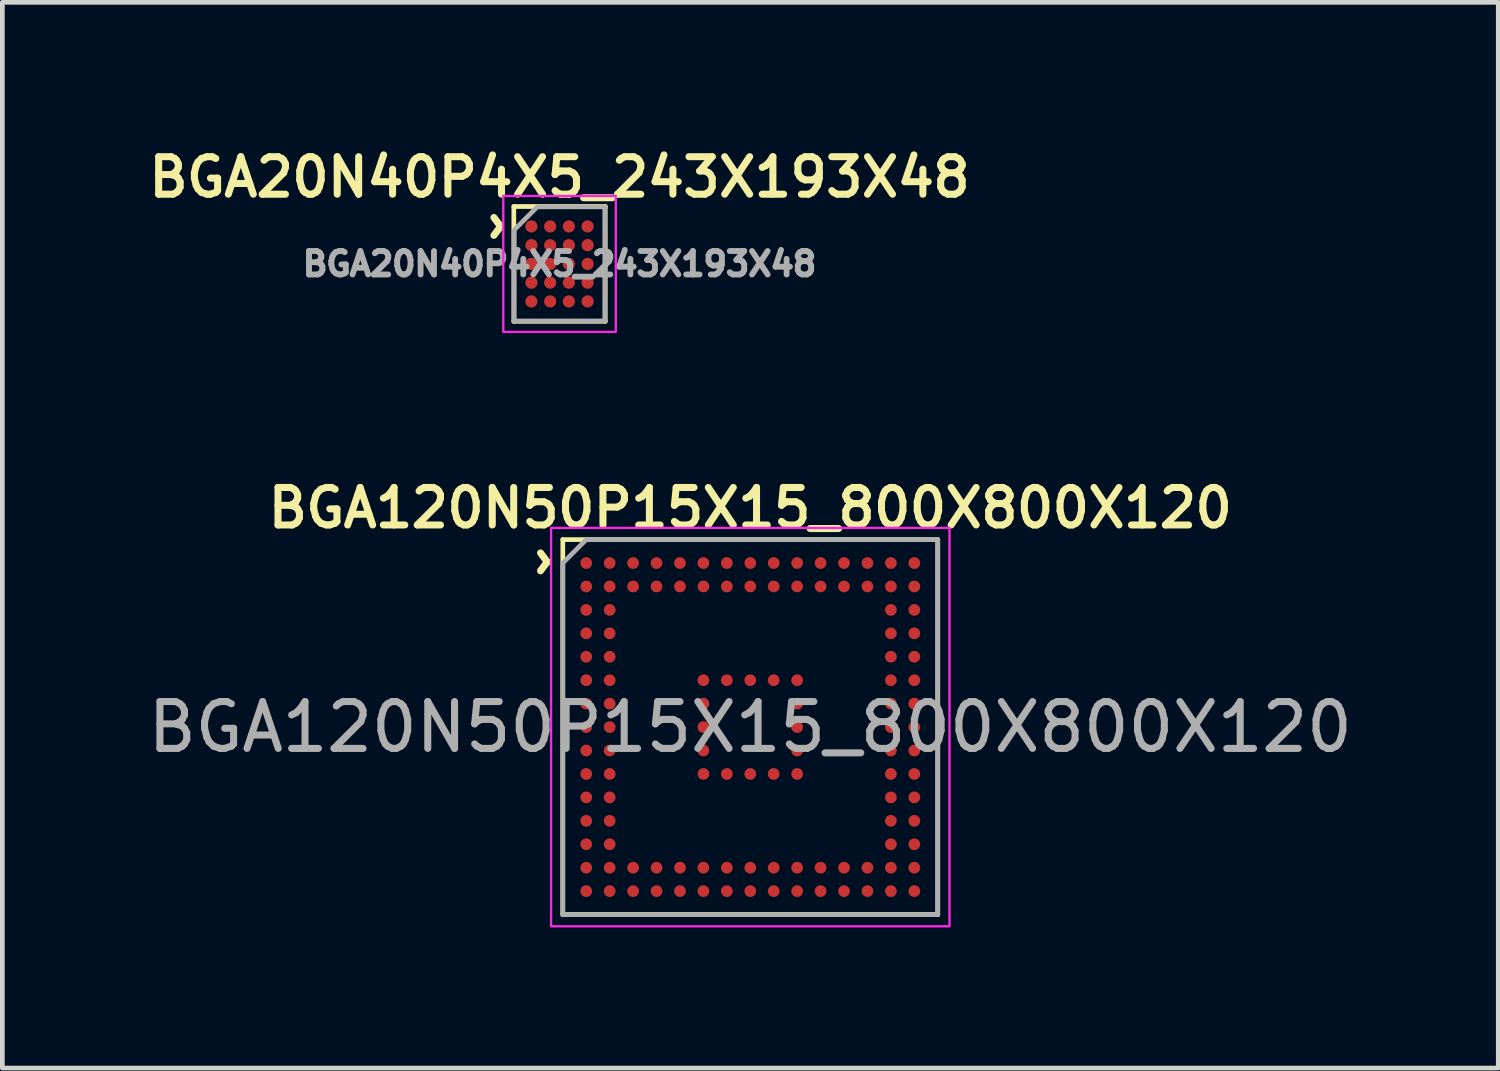
<source format=kicad_pcb>
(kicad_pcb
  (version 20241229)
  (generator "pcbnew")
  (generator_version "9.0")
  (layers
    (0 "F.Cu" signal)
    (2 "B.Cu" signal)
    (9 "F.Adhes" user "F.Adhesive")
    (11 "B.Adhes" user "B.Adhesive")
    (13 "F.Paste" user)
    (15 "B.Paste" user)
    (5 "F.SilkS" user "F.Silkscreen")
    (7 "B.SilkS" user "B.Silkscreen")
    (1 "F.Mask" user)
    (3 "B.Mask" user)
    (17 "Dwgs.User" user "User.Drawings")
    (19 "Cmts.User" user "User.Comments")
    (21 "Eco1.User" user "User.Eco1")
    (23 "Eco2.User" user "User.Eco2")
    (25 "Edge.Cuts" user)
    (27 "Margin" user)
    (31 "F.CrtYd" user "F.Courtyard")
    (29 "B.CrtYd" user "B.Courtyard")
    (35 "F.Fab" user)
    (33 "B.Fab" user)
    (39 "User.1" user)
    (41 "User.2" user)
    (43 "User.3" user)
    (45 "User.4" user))
  (footprint "BGA20N40P4X5_243X193X48"
    (layer "F.Cu")
    (at 8.888 2.581)
    (property "Reference" "BGA20N40P4X5_243X193X48" (at 0 -1.85 0) (layer "F.SilkS") (effects (font (size 0.8 0.8) (thickness 0.15))))
    (attr smd)
    (fp_line (start -0.975 -1.225) (end -0.975 1.225) (stroke (width 0.1) (type default)) (layer "F.SilkS"))
    (fp_line (start -0.975 -1.225) (end 0.975 -1.225) (stroke (width 0.1) (type default)) (layer "F.SilkS"))
    (fp_line (start -0.975 1.225) (end 0.975 1.225) (stroke (width 0.1) (type default)) (layer "F.SilkS"))
    (fp_line (start 0.975 -1.225) (end 0.975 1.225) (stroke (width 0.1) (type default)) (layer "F.SilkS"))
    (fp_poly (pts (xy -1.2 1.45) (xy 1.2 1.45) (xy 1.2 -1.45) (xy -1.2 -1.45)) (stroke (width 0.05) (type solid)) (fill no) (layer "F.CrtYd"))
    (fp_poly (pts (xy -0.475 -1.217) (xy 0.967 -1.217) (xy 0.967 1.217) (xy -0.967 1.217) (xy -0.967 -0.725)) (stroke (width 0.1) (type solid)) (fill no) (layer "F.Fab"))
    (fp_text user "^" (at -1.85 -0.8 270) (unlocked yes) (layer "F.SilkS") (effects (font (size 1 1) (thickness 0.15))))
    (fp_text user "${REFERENCE}" (at 0 0 0) (layer "F.Fab") (effects (font (size 0.5 0.5) (thickness 0.125))))
    (pad "A1" smd circle (at -0.6 -0.8) (size 0.26 0.26) (property pad_prop_bga) (layers "F.Cu" "F.Mask" "F.Paste"))
    (pad "A2" smd circle (at -0.2 -0.8) (size 0.26 0.26) (property pad_prop_bga) (layers "F.Cu" "F.Mask" "F.Paste"))
    (pad "A3" smd circle (at 0.2 -0.8) (size 0.26 0.26) (property pad_prop_bga) (layers "F.Cu" "F.Mask" "F.Paste"))
    (pad "A4" smd circle (at 0.6 -0.8) (size 0.26 0.26) (property pad_prop_bga) (layers "F.Cu" "F.Mask" "F.Paste"))
    (pad "B1" smd circle (at -0.6 -0.4) (size 0.26 0.26) (property pad_prop_bga) (layers "F.Cu" "F.Mask" "F.Paste"))
    (pad "B2" smd circle (at -0.2 -0.4) (size 0.26 0.26) (property pad_prop_bga) (layers "F.Cu" "F.Mask" "F.Paste"))
    (pad "B3" smd circle (at 0.2 -0.4) (size 0.26 0.26) (property pad_prop_bga) (layers "F.Cu" "F.Mask" "F.Paste"))
    (pad "B4" smd circle (at 0.6 -0.4) (size 0.26 0.26) (property pad_prop_bga) (layers "F.Cu" "F.Mask" "F.Paste"))
    (pad "C1" smd circle (at -0.6 0) (size 0.26 0.26) (property pad_prop_bga) (layers "F.Cu" "F.Mask" "F.Paste"))
    (pad "C2" smd circle (at -0.2 0) (size 0.26 0.26) (property pad_prop_bga) (layers "F.Cu" "F.Mask" "F.Paste"))
    (pad "C3" smd circle (at 0.2 0) (size 0.26 0.26) (property pad_prop_bga) (layers "F.Cu" "F.Mask" "F.Paste"))
    (pad "C4" smd circle (at 0.6 0) (size 0.26 0.26) (property pad_prop_bga) (layers "F.Cu" "F.Mask" "F.Paste"))
    (pad "D1" smd circle (at -0.6 0.4) (size 0.26 0.26) (property pad_prop_bga) (layers "F.Cu" "F.Mask" "F.Paste"))
    (pad "D2" smd circle (at -0.2 0.4) (size 0.26 0.26) (property pad_prop_bga) (layers "F.Cu" "F.Mask" "F.Paste"))
    (pad "D3" smd circle (at 0.2 0.4) (size 0.26 0.26) (property pad_prop_bga) (layers "F.Cu" "F.Mask" "F.Paste"))
    (pad "D4" smd circle (at 0.6 0.4) (size 0.26 0.26) (property pad_prop_bga) (layers "F.Cu" "F.Mask" "F.Paste"))
    (pad "E1" smd circle (at -0.6 0.8) (size 0.26 0.26) (property pad_prop_bga) (layers "F.Cu" "F.Mask" "F.Paste"))
    (pad "E2" smd circle (at -0.2 0.8) (size 0.26 0.26) (property pad_prop_bga) (layers "F.Cu" "F.Mask" "F.Paste"))
    (pad "E3" smd circle (at 0.2 0.8) (size 0.26 0.26) (property pad_prop_bga) (layers "F.Cu" "F.Mask" "F.Paste"))
    (pad "E4" smd circle (at 0.6 0.8) (size 0.26 0.26) (property pad_prop_bga) (layers "F.Cu" "F.Mask" "F.Paste")))
  (footprint "BGA120N50P15X15_800X800X120"
    (layer "F.Cu")
    (at 12.958 12.463)
    (property "Reference" "BGA120N50P15X15_800X800X120" (at 0 -4.675 0) (layer "F.SilkS") (effects (font (size 0.8 0.8) (thickness 0.15))))
    (attr smd)
    (fp_line (start -4 -4) (end 4 -4) (stroke (width 0.1) (type solid)) (layer "F.SilkS"))
    (fp_line (start -4 4) (end -4 -4) (stroke (width 0.1) (type solid)) (layer "F.SilkS"))
    (fp_line (start 4 -4) (end 4 4) (stroke (width 0.1) (type solid)) (layer "F.SilkS"))
    (fp_line (start 4 4) (end -4 4) (stroke (width 0.1) (type solid)) (layer "F.SilkS"))
    (fp_poly (pts (xy 4.25 -4.25) (xy -4.25 -4.25) (xy -4.25 4.25) (xy 4.25 4.25)) (stroke (width 0.05) (type solid)) (fill no) (layer "F.CrtYd"))
    (fp_poly (pts (xy 4 4) (xy 4 -4) (xy -3.5 -4) (xy -4 -3.5) (xy -4 4)) (stroke (width 0.1) (type solid)) (fill no) (layer "F.Fab"))
    (fp_text user "^" (at -4.925 -3.525 270) (unlocked yes) (layer "F.SilkS") (effects (font (size 1 1) (thickness 0.15))))
    (fp_text user "${REFERENCE}" (at 0 0 0) (layer "F.Fab") (effects (font (size 1 1) (thickness 0.15))))
    (pad "A1" smd circle (at -3.5 -3.5) (size 0.25 0.25) (property pad_prop_bga) (layers "F.Cu" "F.Mask" "F.Paste"))
    (pad "A2" smd circle (at -3 -3.5) (size 0.25 0.25) (property pad_prop_bga) (layers "F.Cu" "F.Mask" "F.Paste"))
    (pad "A3" smd circle (at -2.5 -3.5) (size 0.25 0.25) (property pad_prop_bga) (layers "F.Cu" "F.Mask" "F.Paste"))
    (pad "A4" smd circle (at -2 -3.5) (size 0.25 0.25) (property pad_prop_bga) (layers "F.Cu" "F.Mask" "F.Paste"))
    (pad "A5" smd circle (at -1.5 -3.5) (size 0.25 0.25) (property pad_prop_bga) (layers "F.Cu" "F.Mask" "F.Paste"))
    (pad "A6" smd circle (at -1 -3.5) (size 0.25 0.25) (property pad_prop_bga) (layers "F.Cu" "F.Mask" "F.Paste"))
    (pad "A7" smd circle (at -0.5 -3.5) (size 0.25 0.25) (property pad_prop_bga) (layers "F.Cu" "F.Mask" "F.Paste"))
    (pad "A8" smd circle (at 0 -3.5) (size 0.25 0.25) (property pad_prop_bga) (layers "F.Cu" "F.Mask" "F.Paste"))
    (pad "A9" smd circle (at 0.5 -3.5) (size 0.25 0.25) (property pad_prop_bga) (layers "F.Cu" "F.Mask" "F.Paste"))
    (pad "A10" smd circle (at 1 -3.5) (size 0.25 0.25) (property pad_prop_bga) (layers "F.Cu" "F.Mask" "F.Paste"))
    (pad "A11" smd circle (at 1.5 -3.5) (size 0.25 0.25) (property pad_prop_bga) (layers "F.Cu" "F.Mask" "F.Paste"))
    (pad "A12" smd circle (at 2 -3.5) (size 0.25 0.25) (property pad_prop_bga) (layers "F.Cu" "F.Mask" "F.Paste"))
    (pad "A13" smd circle (at 2.5 -3.5) (size 0.25 0.25) (property pad_prop_bga) (layers "F.Cu" "F.Mask" "F.Paste"))
    (pad "A14" smd circle (at 3 -3.5) (size 0.25 0.25) (property pad_prop_bga) (layers "F.Cu" "F.Mask" "F.Paste"))
    (pad "A15" smd circle (at 3.5 -3.5) (size 0.25 0.25) (property pad_prop_bga) (layers "F.Cu" "F.Mask" "F.Paste"))
    (pad "B1" smd circle (at -3.5 -3) (size 0.25 0.25) (property pad_prop_bga) (layers "F.Cu" "F.Mask" "F.Paste"))
    (pad "B2" smd circle (at -3 -3) (size 0.25 0.25) (property pad_prop_bga) (layers "F.Cu" "F.Mask" "F.Paste"))
    (pad "B3" smd circle (at -2.5 -3) (size 0.25 0.25) (property pad_prop_bga) (layers "F.Cu" "F.Mask" "F.Paste"))
    (pad "B4" smd circle (at -2 -3) (size 0.25 0.25) (property pad_prop_bga) (layers "F.Cu" "F.Mask" "F.Paste"))
    (pad "B5" smd circle (at -1.5 -3) (size 0.25 0.25) (property pad_prop_bga) (layers "F.Cu" "F.Mask" "F.Paste"))
    (pad "B6" smd circle (at -1 -3) (size 0.25 0.25) (property pad_prop_bga) (layers "F.Cu" "F.Mask" "F.Paste"))
    (pad "B7" smd circle (at -0.5 -3) (size 0.25 0.25) (property pad_prop_bga) (layers "F.Cu" "F.Mask" "F.Paste"))
    (pad "B8" smd circle (at 0 -3) (size 0.25 0.25) (property pad_prop_bga) (layers "F.Cu" "F.Mask" "F.Paste"))
    (pad "B9" smd circle (at 0.5 -3) (size 0.25 0.25) (property pad_prop_bga) (layers "F.Cu" "F.Mask" "F.Paste"))
    (pad "B10" smd circle (at 1 -3) (size 0.25 0.25) (property pad_prop_bga) (layers "F.Cu" "F.Mask" "F.Paste"))
    (pad "B11" smd circle (at 1.5 -3) (size 0.25 0.25) (property pad_prop_bga) (layers "F.Cu" "F.Mask" "F.Paste"))
    (pad "B12" smd circle (at 2 -3) (size 0.25 0.25) (property pad_prop_bga) (layers "F.Cu" "F.Mask" "F.Paste"))
    (pad "B13" smd circle (at 2.5 -3) (size 0.25 0.25) (property pad_prop_bga) (layers "F.Cu" "F.Mask" "F.Paste"))
    (pad "B14" smd circle (at 3 -3) (size 0.25 0.25) (property pad_prop_bga) (layers "F.Cu" "F.Mask" "F.Paste"))
    (pad "B15" smd circle (at 3.5 -3) (size 0.25 0.25) (property pad_prop_bga) (layers "F.Cu" "F.Mask" "F.Paste"))
    (pad "C1" smd circle (at -3.5 -2.5) (size 0.25 0.25) (property pad_prop_bga) (layers "F.Cu" "F.Mask" "F.Paste"))
    (pad "C2" smd circle (at -3 -2.5) (size 0.25 0.25) (property pad_prop_bga) (layers "F.Cu" "F.Mask" "F.Paste"))
    (pad "C14" smd circle (at 3 -2.5) (size 0.25 0.25) (property pad_prop_bga) (layers "F.Cu" "F.Mask" "F.Paste"))
    (pad "C15" smd circle (at 3.5 -2.5) (size 0.25 0.25) (property pad_prop_bga) (layers "F.Cu" "F.Mask" "F.Paste"))
    (pad "D1" smd circle (at -3.5 -2) (size 0.25 0.25) (property pad_prop_bga) (layers "F.Cu" "F.Mask" "F.Paste"))
    (pad "D2" smd circle (at -3 -2) (size 0.25 0.25) (property pad_prop_bga) (layers "F.Cu" "F.Mask" "F.Paste"))
    (pad "D14" smd circle (at 3 -2) (size 0.25 0.25) (property pad_prop_bga) (layers "F.Cu" "F.Mask" "F.Paste"))
    (pad "D15" smd circle (at 3.5 -2) (size 0.25 0.25) (property pad_prop_bga) (layers "F.Cu" "F.Mask" "F.Paste"))
    (pad "E1" smd circle (at -3.5 -1.5) (size 0.25 0.25) (property pad_prop_bga) (layers "F.Cu" "F.Mask" "F.Paste"))
    (pad "E2" smd circle (at -3 -1.5) (size 0.25 0.25) (property pad_prop_bga) (layers "F.Cu" "F.Mask" "F.Paste"))
    (pad "E14" smd circle (at 3 -1.5) (size 0.25 0.25) (property pad_prop_bga) (layers "F.Cu" "F.Mask" "F.Paste"))
    (pad "E15" smd circle (at 3.5 -1.5) (size 0.25 0.25) (property pad_prop_bga) (layers "F.Cu" "F.Mask" "F.Paste"))
    (pad "F1" smd circle (at -3.5 -1) (size 0.25 0.25) (property pad_prop_bga) (layers "F.Cu" "F.Mask" "F.Paste"))
    (pad "F2" smd circle (at -3 -1) (size 0.25 0.25) (property pad_prop_bga) (layers "F.Cu" "F.Mask" "F.Paste"))
    (pad "F6" smd circle (at -1 -1) (size 0.25 0.25) (property pad_prop_bga) (layers "F.Cu" "F.Mask" "F.Paste"))
    (pad "F7" smd circle (at -0.5 -1) (size 0.25 0.25) (property pad_prop_bga) (layers "F.Cu" "F.Mask" "F.Paste"))
    (pad "F8" smd circle (at 0 -1) (size 0.25 0.25) (property pad_prop_bga) (layers "F.Cu" "F.Mask" "F.Paste"))
    (pad "F9" smd circle (at 0.5 -1) (size 0.25 0.25) (property pad_prop_bga) (layers "F.Cu" "F.Mask" "F.Paste"))
    (pad "F10" smd circle (at 1 -1) (size 0.25 0.25) (property pad_prop_bga) (layers "F.Cu" "F.Mask" "F.Paste"))
    (pad "F14" smd circle (at 3 -1) (size 0.25 0.25) (property pad_prop_bga) (layers "F.Cu" "F.Mask" "F.Paste"))
    (pad "F15" smd circle (at 3.5 -1) (size 0.25 0.25) (property pad_prop_bga) (layers "F.Cu" "F.Mask" "F.Paste"))
    (pad "G1" smd circle (at -3.5 -0.5) (size 0.25 0.25) (property pad_prop_bga) (layers "F.Cu" "F.Mask" "F.Paste"))
    (pad "G2" smd circle (at -3 -0.5) (size 0.25 0.25) (property pad_prop_bga) (layers "F.Cu" "F.Mask" "F.Paste"))
    (pad "G6" smd circle (at -1 -0.5) (size 0.25 0.25) (property pad_prop_bga) (layers "F.Cu" "F.Mask" "F.Paste"))
    (pad "G10" smd circle (at 1 -0.5) (size 0.25 0.25) (property pad_prop_bga) (layers "F.Cu" "F.Mask" "F.Paste"))
    (pad "G14" smd circle (at 3 -0.5) (size 0.25 0.25) (property pad_prop_bga) (layers "F.Cu" "F.Mask" "F.Paste"))
    (pad "G15" smd circle (at 3.5 -0.5) (size 0.25 0.25) (property pad_prop_bga) (layers "F.Cu" "F.Mask" "F.Paste"))
    (pad "H1" smd circle (at -3.5 0) (size 0.25 0.25) (property pad_prop_bga) (layers "F.Cu" "F.Mask" "F.Paste"))
    (pad "H2" smd circle (at -3 0) (size 0.25 0.25) (property pad_prop_bga) (layers "F.Cu" "F.Mask" "F.Paste"))
    (pad "H6" smd circle (at -1 0) (size 0.25 0.25) (property pad_prop_bga) (layers "F.Cu" "F.Mask" "F.Paste"))
    (pad "H10" smd circle (at 1 0) (size 0.25 0.25) (property pad_prop_bga) (layers "F.Cu" "F.Mask" "F.Paste"))
    (pad "H14" smd circle (at 3 0) (size 0.25 0.25) (property pad_prop_bga) (layers "F.Cu" "F.Mask" "F.Paste"))
    (pad "H15" smd circle (at 3.5 0) (size 0.25 0.25) (property pad_prop_bga) (layers "F.Cu" "F.Mask" "F.Paste"))
    (pad "J1" smd circle (at -3.5 0.5) (size 0.25 0.25) (property pad_prop_bga) (layers "F.Cu" "F.Mask" "F.Paste"))
    (pad "J2" smd circle (at -3 0.5) (size 0.25 0.25) (property pad_prop_bga) (layers "F.Cu" "F.Mask" "F.Paste"))
    (pad "J6" smd circle (at -1 0.5) (size 0.25 0.25) (property pad_prop_bga) (layers "F.Cu" "F.Mask" "F.Paste"))
    (pad "J10" smd circle (at 1 0.5) (size 0.25 0.25) (property pad_prop_bga) (layers "F.Cu" "F.Mask" "F.Paste"))
    (pad "J14" smd circle (at 3 0.5) (size 0.25 0.25) (property pad_prop_bga) (layers "F.Cu" "F.Mask" "F.Paste"))
    (pad "J15" smd circle (at 3.5 0.5) (size 0.25 0.25) (property pad_prop_bga) (layers "F.Cu" "F.Mask" "F.Paste"))
    (pad "K1" smd circle (at -3.5 1) (size 0.25 0.25) (property pad_prop_bga) (layers "F.Cu" "F.Mask" "F.Paste"))
    (pad "K2" smd circle (at -3 1) (size 0.25 0.25) (property pad_prop_bga) (layers "F.Cu" "F.Mask" "F.Paste"))
    (pad "K6" smd circle (at -1 1) (size 0.25 0.25) (property pad_prop_bga) (layers "F.Cu" "F.Mask" "F.Paste"))
    (pad "K7" smd circle (at -0.5 1) (size 0.25 0.25) (property pad_prop_bga) (layers "F.Cu" "F.Mask" "F.Paste"))
    (pad "K8" smd circle (at 0 1) (size 0.25 0.25) (property pad_prop_bga) (layers "F.Cu" "F.Mask" "F.Paste"))
    (pad "K9" smd circle (at 0.5 1) (size 0.25 0.25) (property pad_prop_bga) (layers "F.Cu" "F.Mask" "F.Paste"))
    (pad "K10" smd circle (at 1 1) (size 0.25 0.25) (property pad_prop_bga) (layers "F.Cu" "F.Mask" "F.Paste"))
    (pad "K14" smd circle (at 3 1) (size 0.25 0.25) (property pad_prop_bga) (layers "F.Cu" "F.Mask" "F.Paste"))
    (pad "K15" smd circle (at 3.5 1) (size 0.25 0.25) (property pad_prop_bga) (layers "F.Cu" "F.Mask" "F.Paste"))
    (pad "L1" smd circle (at -3.5 1.5) (size 0.25 0.25) (property pad_prop_bga) (layers "F.Cu" "F.Mask" "F.Paste"))
    (pad "L2" smd circle (at -3 1.5) (size 0.25 0.25) (property pad_prop_bga) (layers "F.Cu" "F.Mask" "F.Paste"))
    (pad "L14" smd circle (at 3 1.5) (size 0.25 0.25) (property pad_prop_bga) (layers "F.Cu" "F.Mask" "F.Paste"))
    (pad "L15" smd circle (at 3.5 1.5) (size 0.25 0.25) (property pad_prop_bga) (layers "F.Cu" "F.Mask" "F.Paste"))
    (pad "M1" smd circle (at -3.5 2) (size 0.25 0.25) (property pad_prop_bga) (layers "F.Cu" "F.Mask" "F.Paste"))
    (pad "M2" smd circle (at -3 2) (size 0.25 0.25) (property pad_prop_bga) (layers "F.Cu" "F.Mask" "F.Paste"))
    (pad "M14" smd circle (at 3 2) (size 0.25 0.25) (property pad_prop_bga) (layers "F.Cu" "F.Mask" "F.Paste"))
    (pad "M15" smd circle (at 3.5 2) (size 0.25 0.25) (property pad_prop_bga) (layers "F.Cu" "F.Mask" "F.Paste"))
    (pad "N1" smd circle (at -3.5 2.5) (size 0.25 0.25) (property pad_prop_bga) (layers "F.Cu" "F.Mask" "F.Paste"))
    (pad "N2" smd circle (at -3 2.5) (size 0.25 0.25) (property pad_prop_bga) (layers "F.Cu" "F.Mask" "F.Paste"))
    (pad "N14" smd circle (at 3 2.5) (size 0.25 0.25) (property pad_prop_bga) (layers "F.Cu" "F.Mask" "F.Paste"))
    (pad "N15" smd circle (at 3.5 2.5) (size 0.25 0.25) (property pad_prop_bga) (layers "F.Cu" "F.Mask" "F.Paste"))
    (pad "P1" smd circle (at -3.5 3) (size 0.25 0.25) (property pad_prop_bga) (layers "F.Cu" "F.Mask" "F.Paste"))
    (pad "P2" smd circle (at -3 3) (size 0.25 0.25) (property pad_prop_bga) (layers "F.Cu" "F.Mask" "F.Paste"))
    (pad "P3" smd circle (at -2.5 3) (size 0.25 0.25) (property pad_prop_bga) (layers "F.Cu" "F.Mask" "F.Paste"))
    (pad "P4" smd circle (at -2 3) (size 0.25 0.25) (property pad_prop_bga) (layers "F.Cu" "F.Mask" "F.Paste"))
    (pad "P5" smd circle (at -1.5 3) (size 0.25 0.25) (property pad_prop_bga) (layers "F.Cu" "F.Mask" "F.Paste"))
    (pad "P6" smd circle (at -1 3) (size 0.25 0.25) (property pad_prop_bga) (layers "F.Cu" "F.Mask" "F.Paste"))
    (pad "P7" smd circle (at -0.5 3) (size 0.25 0.25) (property pad_prop_bga) (layers "F.Cu" "F.Mask" "F.Paste"))
    (pad "P8" smd circle (at 0 3) (size 0.25 0.25) (property pad_prop_bga) (layers "F.Cu" "F.Mask" "F.Paste"))
    (pad "P9" smd circle (at 0.5 3) (size 0.25 0.25) (property pad_prop_bga) (layers "F.Cu" "F.Mask" "F.Paste"))
    (pad "P10" smd circle (at 1 3) (size 0.25 0.25) (property pad_prop_bga) (layers "F.Cu" "F.Mask" "F.Paste"))
    (pad "P11" smd circle (at 1.5 3) (size 0.25 0.25) (property pad_prop_bga) (layers "F.Cu" "F.Mask" "F.Paste"))
    (pad "P12" smd circle (at 2 3) (size 0.25 0.25) (property pad_prop_bga) (layers "F.Cu" "F.Mask" "F.Paste"))
    (pad "P13" smd circle (at 2.5 3) (size 0.25 0.25) (property pad_prop_bga) (layers "F.Cu" "F.Mask" "F.Paste"))
    (pad "P14" smd circle (at 3 3) (size 0.25 0.25) (property pad_prop_bga) (layers "F.Cu" "F.Mask" "F.Paste"))
    (pad "P15" smd circle (at 3.5 3) (size 0.25 0.25) (property pad_prop_bga) (layers "F.Cu" "F.Mask" "F.Paste"))
    (pad "R1" smd circle (at -3.5 3.5) (size 0.25 0.25) (property pad_prop_bga) (layers "F.Cu" "F.Mask" "F.Paste"))
    (pad "R2" smd circle (at -3 3.5) (size 0.25 0.25) (property pad_prop_bga) (layers "F.Cu" "F.Mask" "F.Paste"))
    (pad "R3" smd circle (at -2.5 3.5) (size 0.25 0.25) (property pad_prop_bga) (layers "F.Cu" "F.Mask" "F.Paste"))
    (pad "R4" smd circle (at -2 3.5) (size 0.25 0.25) (property pad_prop_bga) (layers "F.Cu" "F.Mask" "F.Paste"))
    (pad "R5" smd circle (at -1.5 3.5) (size 0.25 0.25) (property pad_prop_bga) (layers "F.Cu" "F.Mask" "F.Paste"))
    (pad "R6" smd circle (at -1 3.5) (size 0.25 0.25) (property pad_prop_bga) (layers "F.Cu" "F.Mask" "F.Paste"))
    (pad "R7" smd circle (at -0.5 3.5) (size 0.25 0.25) (property pad_prop_bga) (layers "F.Cu" "F.Mask" "F.Paste"))
    (pad "R8" smd circle (at 0 3.5) (size 0.25 0.25) (property pad_prop_bga) (layers "F.Cu" "F.Mask" "F.Paste"))
    (pad "R9" smd circle (at 0.5 3.5) (size 0.25 0.25) (property pad_prop_bga) (layers "F.Cu" "F.Mask" "F.Paste"))
    (pad "R10" smd circle (at 1 3.5) (size 0.25 0.25) (property pad_prop_bga) (layers "F.Cu" "F.Mask" "F.Paste"))
    (pad "R11" smd circle (at 1.5 3.5) (size 0.25 0.25) (property pad_prop_bga) (layers "F.Cu" "F.Mask" "F.Paste"))
    (pad "R12" smd circle (at 2 3.5) (size 0.25 0.25) (property pad_prop_bga) (layers "F.Cu" "F.Mask" "F.Paste"))
    (pad "R13" smd circle (at 2.5 3.5) (size 0.25 0.25) (property pad_prop_bga) (layers "F.Cu" "F.Mask" "F.Paste"))
    (pad "R14" smd circle (at 3 3.5) (size 0.25 0.25) (property pad_prop_bga) (layers "F.Cu" "F.Mask" "F.Paste"))
    (pad "R15" smd circle (at 3.5 3.5) (size 0.25 0.25) (property pad_prop_bga) (layers "F.Cu" "F.Mask" "F.Paste")))
  (gr_rect
    (start -3 -3)
    (end 28.917 19.738)
    (stroke (width 0.1) (type default))
    (fill no)
    (layer "Edge.Cuts")))
</source>
